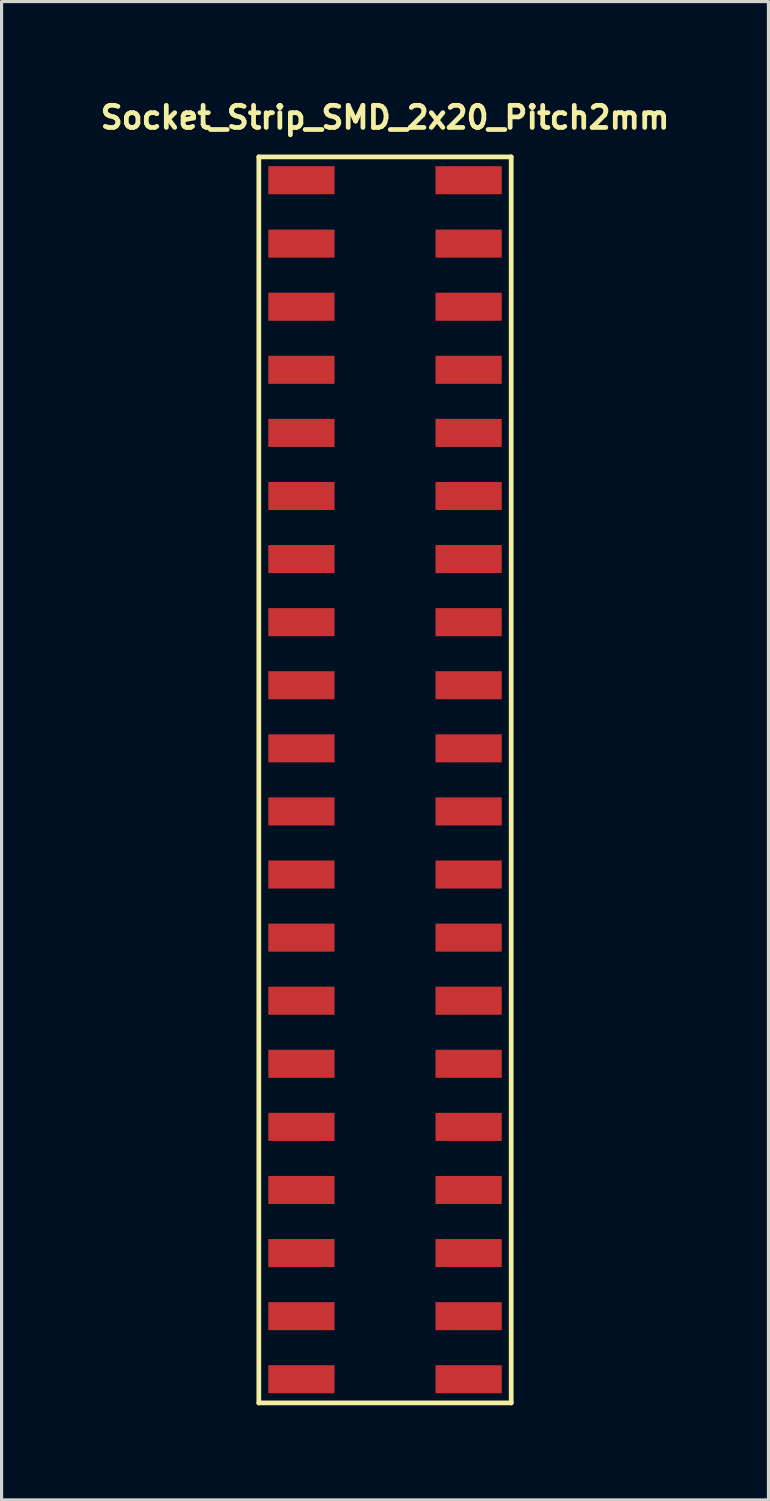
<source format=kicad_pcb>
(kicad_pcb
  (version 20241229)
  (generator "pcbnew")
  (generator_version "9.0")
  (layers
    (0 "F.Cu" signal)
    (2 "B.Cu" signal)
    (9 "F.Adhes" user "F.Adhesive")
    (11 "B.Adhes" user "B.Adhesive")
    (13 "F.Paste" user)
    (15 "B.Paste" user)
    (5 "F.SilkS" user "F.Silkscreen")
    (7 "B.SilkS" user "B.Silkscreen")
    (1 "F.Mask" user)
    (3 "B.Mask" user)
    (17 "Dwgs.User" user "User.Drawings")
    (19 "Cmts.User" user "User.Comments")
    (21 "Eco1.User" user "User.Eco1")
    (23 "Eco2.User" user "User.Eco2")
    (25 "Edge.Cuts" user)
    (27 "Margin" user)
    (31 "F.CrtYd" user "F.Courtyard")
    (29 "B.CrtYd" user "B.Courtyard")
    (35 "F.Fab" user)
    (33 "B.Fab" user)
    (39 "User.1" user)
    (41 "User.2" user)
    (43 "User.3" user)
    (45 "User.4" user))
  (footprint "Socket_Strip_SMD_2x20_Pitch2mm"
    (layer "F.Cu")
    (at 8.155 2.673)
    (property "Reference" "Socket_Strip_SMD_2x20_Pitch2mm" (at 1 -2 0) (layer "F.SilkS") (effects (font (size 0.7 0.7) (thickness 0.15))))
    (attr smd)
    (fp_line (start -3 -0.75) (end -3 38.75) (stroke (width 0.15) (type solid)) (layer "F.SilkS"))
    (fp_line (start 5 -0.75) (end -3 -0.75) (stroke (width 0.15) (type solid)) (layer "F.SilkS"))
    (fp_line (start 5 38.75) (end -3 38.75) (stroke (width 0.15) (type solid)) (layer "F.SilkS"))
    (fp_line (start 5 38.75) (end 5 -0.75) (stroke (width 0.15) (type solid)) (layer "F.SilkS"))
    (pad "1" smd rect (at -1.65 -0.01 270) (size 0.89 2.1) (layers "F.Cu" "F.Mask" "F.Paste"))
    (pad "2" smd rect (at 3.65 -0.01 270) (size 0.89 2.1) (layers "F.Cu" "F.Mask" "F.Paste"))
    (pad "3" smd rect (at -1.65 2 270) (size 0.89 2.1) (layers "F.Cu" "F.Mask" "F.Paste"))
    (pad "4" smd rect (at 3.65 2 270) (size 0.89 2.1) (layers "F.Cu" "F.Mask" "F.Paste"))
    (pad "5" smd rect (at -1.65 4 270) (size 0.89 2.1) (layers "F.Cu" "F.Mask" "F.Paste"))
    (pad "6" smd rect (at 3.65 4 270) (size 0.89 2.1) (layers "F.Cu" "F.Mask" "F.Paste"))
    (pad "7" smd rect (at -1.65 6 270) (size 0.89 2.1) (layers "F.Cu" "F.Mask" "F.Paste"))
    (pad "8" smd rect (at 3.65 6 270) (size 0.89 2.1) (layers "F.Cu" "F.Mask" "F.Paste"))
    (pad "9" smd rect (at -1.65 8 270) (size 0.89 2.1) (layers "F.Cu" "F.Mask" "F.Paste"))
    (pad "10" smd rect (at 3.65 8 270) (size 0.89 2.1) (layers "F.Cu" "F.Mask" "F.Paste"))
    (pad "11" smd rect (at -1.65 10 270) (size 0.89 2.1) (layers "F.Cu" "F.Mask" "F.Paste"))
    (pad "12" smd rect (at 3.65 10 270) (size 0.89 2.1) (layers "F.Cu" "F.Mask" "F.Paste"))
    (pad "13" smd rect (at -1.65 12 270) (size 0.89 2.1) (layers "F.Cu" "F.Mask" "F.Paste"))
    (pad "14" smd rect (at 3.65 12 270) (size 0.89 2.1) (layers "F.Cu" "F.Mask" "F.Paste"))
    (pad "15" smd rect (at -1.65 14 270) (size 0.89 2.1) (layers "F.Cu" "F.Mask" "F.Paste"))
    (pad "16" smd rect (at 3.65 14 270) (size 0.89 2.1) (layers "F.Cu" "F.Mask" "F.Paste"))
    (pad "17" smd rect (at -1.65 16 270) (size 0.89 2.1) (layers "F.Cu" "F.Mask" "F.Paste"))
    (pad "18" smd rect (at 3.65 16 270) (size 0.89 2.1) (layers "F.Cu" "F.Mask" "F.Paste"))
    (pad "19" smd rect (at -1.65 18 270) (size 0.89 2.1) (layers "F.Cu" "F.Mask" "F.Paste"))
    (pad "20" smd rect (at 3.65 18 270) (size 0.89 2.1) (layers "F.Cu" "F.Mask" "F.Paste"))
    (pad "21" smd rect (at -1.65 20 270) (size 0.89 2.1) (layers "F.Cu" "F.Mask" "F.Paste"))
    (pad "22" smd rect (at 3.65 20 270) (size 0.89 2.1) (layers "F.Cu" "F.Mask" "F.Paste"))
    (pad "23" smd rect (at -1.65 22 270) (size 0.89 2.1) (layers "F.Cu" "F.Mask" "F.Paste"))
    (pad "24" smd rect (at 3.65 22 270) (size 0.89 2.1) (layers "F.Cu" "F.Mask" "F.Paste"))
    (pad "25" smd rect (at -1.65 24 270) (size 0.89 2.1) (layers "F.Cu" "F.Mask" "F.Paste"))
    (pad "26" smd rect (at 3.65 24 270) (size 0.89 2.1) (layers "F.Cu" "F.Mask" "F.Paste"))
    (pad "27" smd rect (at -1.65 26 270) (size 0.89 2.1) (layers "F.Cu" "F.Mask" "F.Paste"))
    (pad "28" smd rect (at 3.65 26 270) (size 0.89 2.1) (layers "F.Cu" "F.Mask" "F.Paste"))
    (pad "29" smd rect (at -1.65 28 270) (size 0.89 2.1) (layers "F.Cu" "F.Mask" "F.Paste"))
    (pad "30" smd rect (at 3.65 28 270) (size 0.89 2.1) (layers "F.Cu" "F.Mask" "F.Paste"))
    (pad "31" smd rect (at -1.65 30 270) (size 0.89 2.1) (layers "F.Cu" "F.Mask" "F.Paste"))
    (pad "32" smd rect (at 3.65 30 270) (size 0.89 2.1) (layers "F.Cu" "F.Mask" "F.Paste"))
    (pad "33" smd rect (at -1.65 32 270) (size 0.89 2.1) (layers "F.Cu" "F.Mask" "F.Paste"))
    (pad "34" smd rect (at 3.65 32 270) (size 0.89 2.1) (layers "F.Cu" "F.Mask" "F.Paste"))
    (pad "35" smd rect (at -1.65 34 270) (size 0.89 2.1) (layers "F.Cu" "F.Mask" "F.Paste"))
    (pad "36" smd rect (at 3.65 34 270) (size 0.89 2.1) (layers "F.Cu" "F.Mask" "F.Paste"))
    (pad "37" smd rect (at -1.65 36 270) (size 0.89 2.1) (layers "F.Cu" "F.Mask" "F.Paste"))
    (pad "38" smd rect (at 3.65 36 270) (size 0.89 2.1) (layers "F.Cu" "F.Mask" "F.Paste"))
    (pad "39" smd rect (at -1.65 38 270) (size 0.89 2.1) (layers "F.Cu" "F.Mask" "F.Paste"))
    (pad "40" smd rect (at 3.65 38 270) (size 0.89 2.1) (layers "F.Cu" "F.Mask" "F.Paste")))
  (gr_rect
    (start -3 -3)
    (end 21.31 44.498)
    (stroke (width 0.1) (type default))
    (fill no)
    (layer "Edge.Cuts")))
</source>
